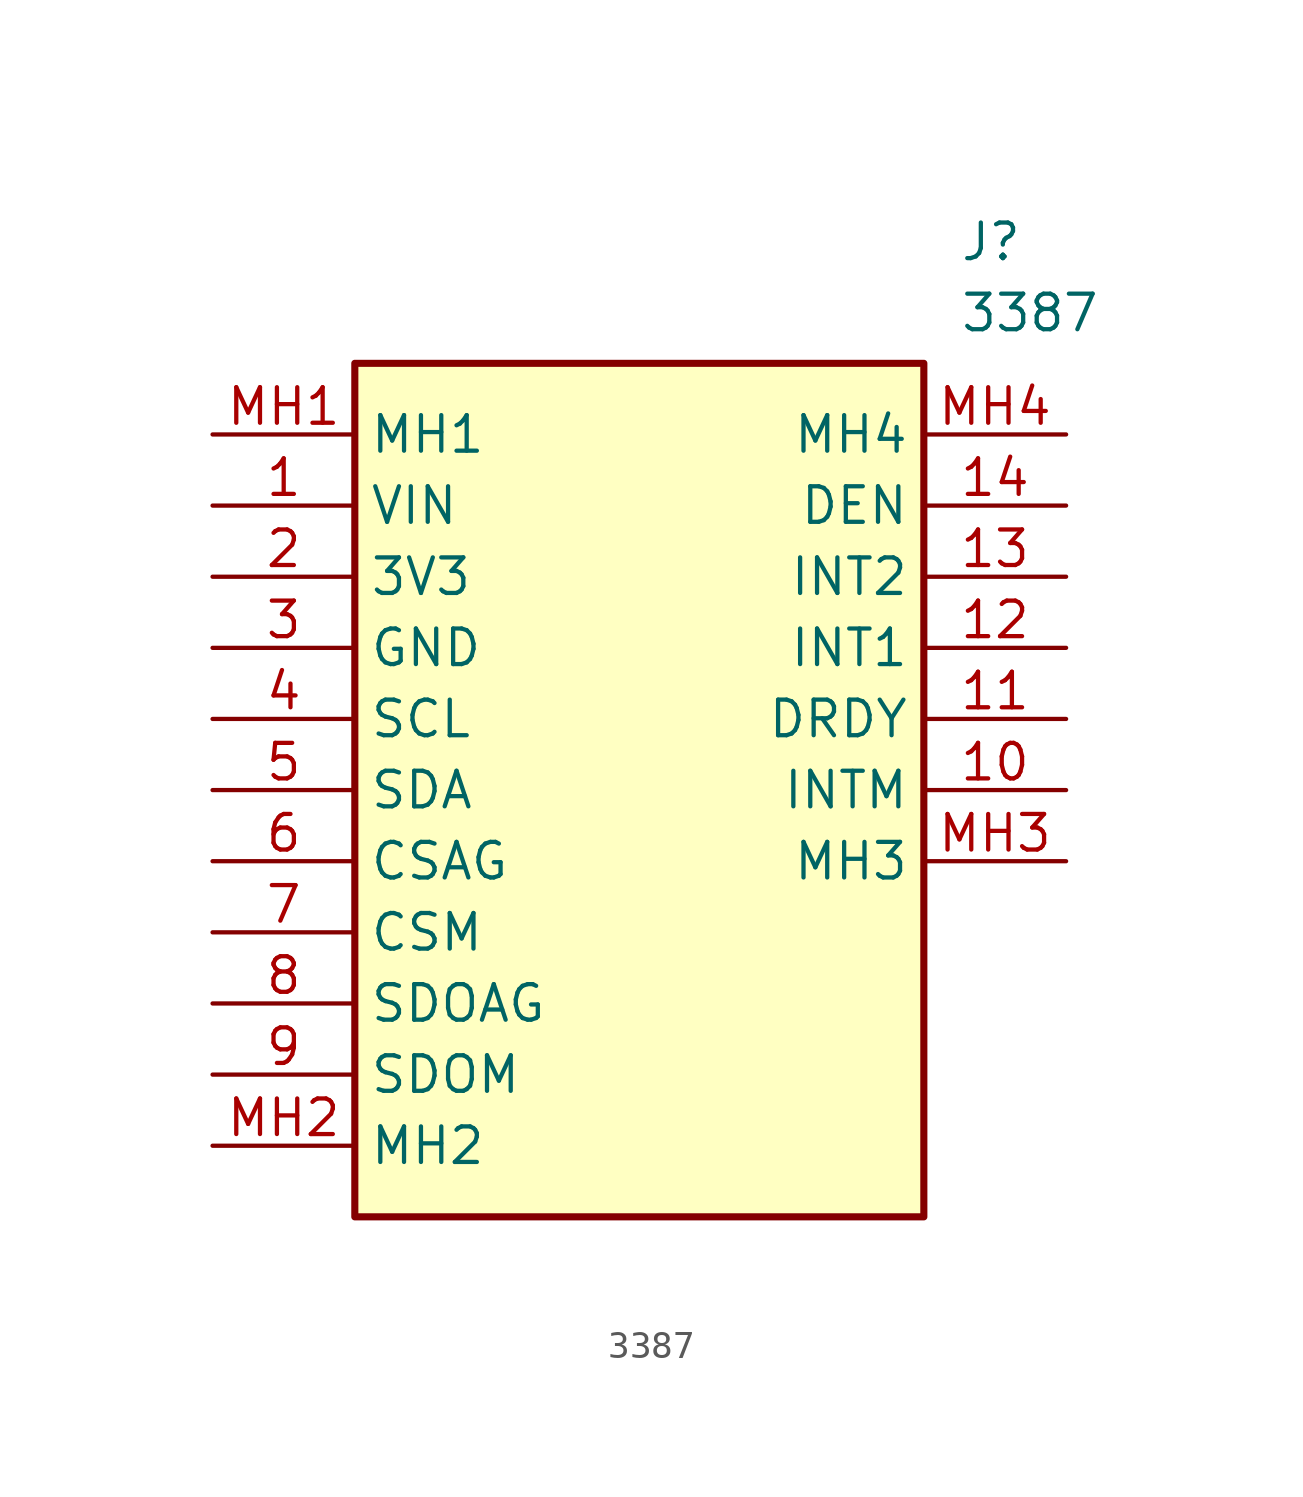
<source format=kicad_sym>
(kicad_symbol_lib
  (version 20211014)
  (generator SamacSys_ECAD_Model)
  (symbol "3387"
    (property "Reference" "J"
      (at 26.67 7.62 0)
      (effects (font (size 1.27 1.27)) (justify left top)))
    (property "Value" "3387"
      (at 26.67 5.08 0)
      (effects (font (size 1.27 1.27)) (justify left top)))
    (rectangle
      (start 5.08 2.54)
      (end 25.4 -27.94)
      (stroke (width 0.254) (type default))
      (fill (type background)))
    (pin passive line
      (at 0 -2.54 0)
      (length 5.08)
      (name "VIN" (effects (font (size 1.27 1.27))))
      (number "1" (effects (font (size 1.27 1.27)))))
    (pin passive line
      (at 0 -5.08 0)
      (length 5.08)
      (name "3V3" (effects (font (size 1.27 1.27))))
      (number "2" (effects (font (size 1.27 1.27)))))
    (pin passive line
      (at 0 -7.62 0)
      (length 5.08)
      (name "GND" (effects (font (size 1.27 1.27))))
      (number "3" (effects (font (size 1.27 1.27)))))
    (pin passive line
      (at 0 -10.16 0)
      (length 5.08)
      (name "SCL" (effects (font (size 1.27 1.27))))
      (number "4" (effects (font (size 1.27 1.27)))))
    (pin passive line
      (at 0 -12.7 0)
      (length 5.08)
      (name "SDA" (effects (font (size 1.27 1.27))))
      (number "5" (effects (font (size 1.27 1.27)))))
    (pin passive line
      (at 0 -15.24 0)
      (length 5.08)
      (name "CSAG" (effects (font (size 1.27 1.27))))
      (number "6" (effects (font (size 1.27 1.27)))))
    (pin passive line
      (at 0 -17.78 0)
      (length 5.08)
      (name "CSM" (effects (font (size 1.27 1.27))))
      (number "7" (effects (font (size 1.27 1.27)))))
    (pin passive line
      (at 0 -20.32 0)
      (length 5.08)
      (name "SDOAG" (effects (font (size 1.27 1.27))))
      (number "8" (effects (font (size 1.27 1.27)))))
    (pin passive line
      (at 0 -22.86 0)
      (length 5.08)
      (name "SDOM" (effects (font (size 1.27 1.27))))
      (number "9" (effects (font (size 1.27 1.27)))))
    (pin passive line
      (at 30.48 -12.7 180)
      (length 5.08)
      (name "INTM" (effects (font (size 1.27 1.27))))
      (number "10" (effects (font (size 1.27 1.27)))))
    (pin passive line
      (at 30.48 -10.16 180)
      (length 5.08)
      (name "DRDY" (effects (font (size 1.27 1.27))))
      (number "11" (effects (font (size 1.27 1.27)))))
    (pin passive line
      (at 30.48 -7.62 180)
      (length 5.08)
      (name "INT1" (effects (font (size 1.27 1.27))))
      (number "12" (effects (font (size 1.27 1.27)))))
    (pin passive line
      (at 30.48 -5.08 180)
      (length 5.08)
      (name "INT2" (effects (font (size 1.27 1.27))))
      (number "13" (effects (font (size 1.27 1.27)))))
    (pin passive line
      (at 30.48 -2.54 180)
      (length 5.08)
      (name "DEN" (effects (font (size 1.27 1.27))))
      (number "14" (effects (font (size 1.27 1.27)))))
    (pin passive line
      (at 0 0 0)
      (length 5.08)
      (name "MH1" (effects (font (size 1.27 1.27))))
      (number "MH1" (effects (font (size 1.27 1.27)))))
    (pin passive line
      (at 0 -25.4 0)
      (length 5.08)
      (name "MH2" (effects (font (size 1.27 1.27))))
      (number "MH2" (effects (font (size 1.27 1.27)))))
    (pin passive line
      (at 30.48 -15.24 180)
      (length 5.08)
      (name "MH3" (effects (font (size 1.27 1.27))))
      (number "MH3" (effects (font (size 1.27 1.27)))))
    (pin passive line
      (at 30.48 0 180)
      (length 5.08)
      (name "MH4" (effects (font (size 1.27 1.27))))
      (number "MH4" (effects (font (size 1.27 1.27)))))))
</source>
